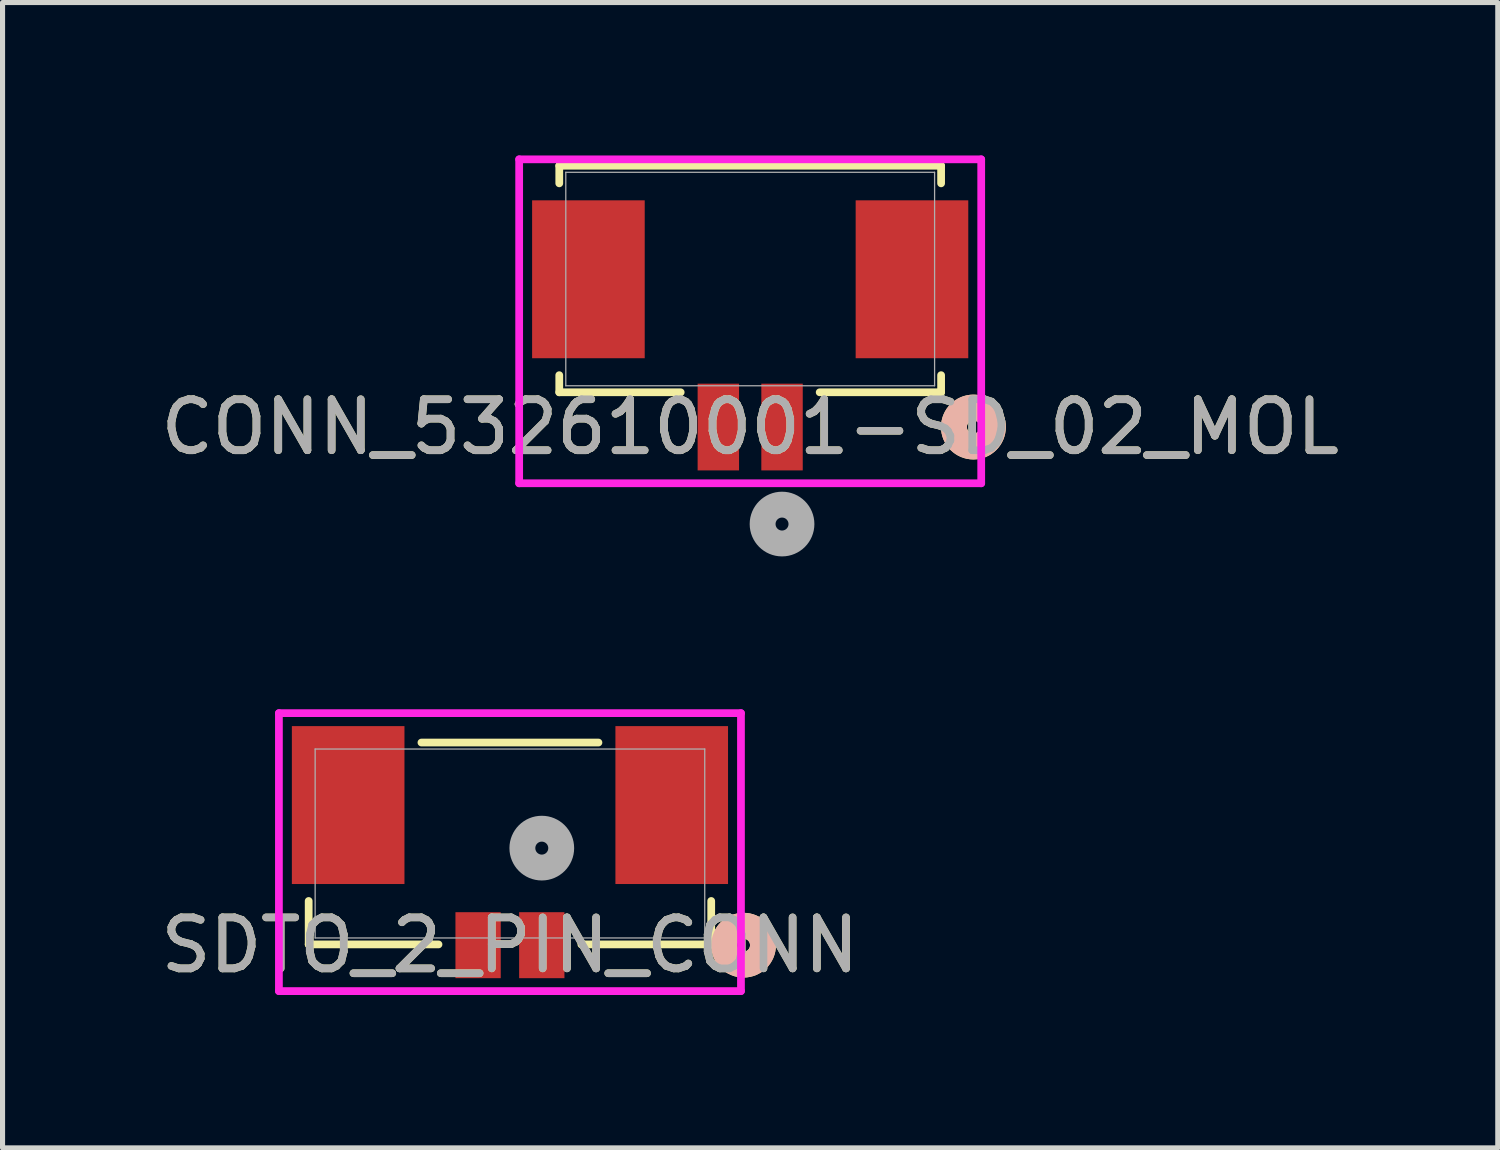
<source format=kicad_pcb>
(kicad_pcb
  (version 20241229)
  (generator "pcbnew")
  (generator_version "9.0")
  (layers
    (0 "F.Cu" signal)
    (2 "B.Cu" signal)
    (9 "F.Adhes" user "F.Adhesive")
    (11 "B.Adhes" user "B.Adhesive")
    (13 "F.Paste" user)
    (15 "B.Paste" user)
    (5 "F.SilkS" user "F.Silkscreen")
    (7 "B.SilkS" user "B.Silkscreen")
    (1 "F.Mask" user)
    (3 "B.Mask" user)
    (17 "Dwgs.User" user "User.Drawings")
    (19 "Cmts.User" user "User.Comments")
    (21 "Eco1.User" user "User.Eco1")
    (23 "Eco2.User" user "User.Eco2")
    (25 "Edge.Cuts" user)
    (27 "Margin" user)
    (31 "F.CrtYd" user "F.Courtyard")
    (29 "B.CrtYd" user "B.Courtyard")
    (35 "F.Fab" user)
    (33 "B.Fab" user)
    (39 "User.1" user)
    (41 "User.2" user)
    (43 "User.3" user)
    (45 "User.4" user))
  (footprint "CONN_532610001-SD_02_MOL"
    (layer "F.Cu")
    (at 11.673 2.426)
    (property "Reference" "CONN_532610001-SD_02_MOL" (at 0 2.905 0) (unlocked yes) (layer "F.SilkS") (effects (font (size 1 1) (thickness 0.15))))
    (attr smd)
    (fp_line (start -3.747 -2.223) (end -3.747 -1.878) (stroke (width 0.152) (type solid)) (layer "F.SilkS"))
    (fp_line (start -3.747 1.887) (end -3.747 2.223) (stroke (width 0.152) (type solid)) (layer "F.SilkS"))
    (fp_line (start -3.747 2.223) (end -1.364 2.223) (stroke (width 0.152) (type solid)) (layer "F.SilkS"))
    (fp_line (start 1.364 2.223) (end 3.747 2.223) (stroke (width 0.152) (type solid)) (layer "F.SilkS"))
    (fp_line (start 3.747 -2.223) (end -3.747 -2.223) (stroke (width 0.152) (type solid)) (layer "F.SilkS"))
    (fp_line (start 3.747 -1.878) (end 3.747 -2.223) (stroke (width 0.152) (type solid)) (layer "F.SilkS"))
    (fp_line (start 3.747 2.223) (end 3.747 1.887) (stroke (width 0.152) (type solid)) (layer "F.SilkS"))
    (fp_circle (center 4.381 2.905) (end 4.763 2.905) (stroke (width 0.508) (type solid)) (fill no) (layer "F.SilkS"))
    (fp_circle (center 4.381 2.905) (end 4.763 2.905) (stroke (width 0.508) (type solid)) (fill no) (layer "B.SilkS"))
    (fp_line (start -4.534 -2.349) (end -4.534 4.009) (stroke (width 0.152) (type solid)) (layer "F.CrtYd"))
    (fp_line (start -4.534 4.009) (end 4.534 4.009) (stroke (width 0.152) (type solid)) (layer "F.CrtYd"))
    (fp_line (start 4.534 -2.349) (end -4.534 -2.349) (stroke (width 0.152) (type solid)) (layer "F.CrtYd"))
    (fp_line (start 4.534 4.009) (end 4.534 -2.349) (stroke (width 0.152) (type solid)) (layer "F.CrtYd"))
    (fp_line (start -3.619 -2.095) (end -3.619 2.095) (stroke (width 0.025) (type solid)) (layer "F.Fab"))
    (fp_line (start -3.619 2.095) (end 3.619 2.095) (stroke (width 0.025) (type solid)) (layer "F.Fab"))
    (fp_line (start 3.619 -2.095) (end -3.619 -2.095) (stroke (width 0.025) (type solid)) (layer "F.Fab"))
    (fp_line (start 3.619 2.095) (end 3.619 -2.095) (stroke (width 0.025) (type solid)) (layer "F.Fab"))
    (fp_circle (center 0.625 4.809) (end 1.006 4.809) (stroke (width 0.508) (type solid)) (fill no) (layer "F.Fab"))
    (fp_text user "${REFERENCE}" (at 0 2.905 0) (unlocked yes) (layer "F.Fab") (effects (font (size 1 1) (thickness 0.15))))
    (pad "1" smd rect (at 0.625 2.905) (size 0.813 1.702) (layers "F.Cu" "F.Mask" "F.Paste"))
    (pad "2" smd rect (at -0.625 2.905) (size 0.813 1.702) (layers "F.Cu" "F.Mask" "F.Paste"))
    (pad "3" smd rect (at -3.175 0.005) (size 2.21 3.099) (layers "F.Cu" "F.Mask" "F.Paste"))
    (pad "4" smd rect (at 3.175 0.005) (size 2.21 3.099) (layers "F.Cu" "F.Mask" "F.Paste")))
  (footprint "SDTO_2_PIN_CONN"
    (layer "F.Cu")
    (at 6.958 13.504)
    (property "Reference" "SDTO_2_PIN_CONN" (at 0 1.996 0) (unlocked yes) (layer "F.SilkS") (effects (font (size 1 1) (thickness 0.15))))
    (attr smd)
    (fp_line (start -3.95 1.128) (end -3.95 1.981) (stroke (width 0.152) (type solid)) (layer "F.SilkS"))
    (fp_line (start -3.95 1.981) (end -1.402 1.981) (stroke (width 0.152) (type solid)) (layer "F.SilkS"))
    (fp_line (start 1.402 1.981) (end 3.95 1.981) (stroke (width 0.152) (type solid)) (layer "F.SilkS"))
    (fp_line (start 1.737 -1.981) (end -1.737 -1.981) (stroke (width 0.152) (type solid)) (layer "F.SilkS"))
    (fp_line (start 3.95 1.981) (end 3.95 1.128) (stroke (width 0.152) (type solid)) (layer "F.SilkS"))
    (fp_circle (center 4.585 1.996) (end 4.966 1.996) (stroke (width 0.508) (type solid)) (fill no) (layer "F.SilkS"))
    (fp_circle (center 4.585 1.996) (end 4.966 1.996) (stroke (width 0.508) (type solid)) (fill no) (layer "B.SilkS"))
    (fp_line (start -4.534 -2.558) (end -4.534 2.897) (stroke (width 0.152) (type solid)) (layer "F.CrtYd"))
    (fp_line (start -4.534 2.897) (end 4.534 2.897) (stroke (width 0.152) (type solid)) (layer "F.CrtYd"))
    (fp_line (start 4.534 -2.558) (end -4.534 -2.558) (stroke (width 0.152) (type solid)) (layer "F.CrtYd"))
    (fp_line (start 4.534 2.897) (end 4.534 -2.558) (stroke (width 0.152) (type solid)) (layer "F.CrtYd"))
    (fp_line (start -3.823 -1.854) (end -3.823 1.854) (stroke (width 0.025) (type solid)) (layer "F.Fab"))
    (fp_line (start -3.823 1.854) (end 3.823 1.854) (stroke (width 0.025) (type solid)) (layer "F.Fab"))
    (fp_line (start 3.823 -1.854) (end -3.823 -1.854) (stroke (width 0.025) (type solid)) (layer "F.Fab"))
    (fp_line (start 3.823 1.854) (end 3.823 -1.854) (stroke (width 0.025) (type solid)) (layer "F.Fab"))
    (fp_circle (center 0.625 0.091) (end 1.006 0.091) (stroke (width 0.508) (type solid)) (fill no) (layer "F.Fab"))
    (fp_text user "${REFERENCE}" (at 0 1.996 0) (unlocked yes) (layer "F.Fab") (effects (font (size 1 1) (thickness 0.15))))
    (pad "1" smd rect (at 0.625 1.996) (size 0.889 1.295) (layers "F.Cu" "F.Mask" "F.Paste"))
    (pad "2" smd rect (at -0.625 1.996) (size 0.889 1.295) (layers "F.Cu" "F.Mask" "F.Paste"))
    (pad "3" smd rect (at -3.175 -0.754) (size 2.21 3.099) (layers "F.Cu" "F.Mask" "F.Paste"))
    (pad "4" smd rect (at 3.175 -0.754) (size 2.21 3.099) (layers "F.Cu" "F.Mask" "F.Paste")))
  (gr_rect
    (start -3 -3)
    (end 26.345 19.478)
    (stroke (width 0.1) (type default))
    (fill no)
    (layer "Edge.Cuts")))
</source>
